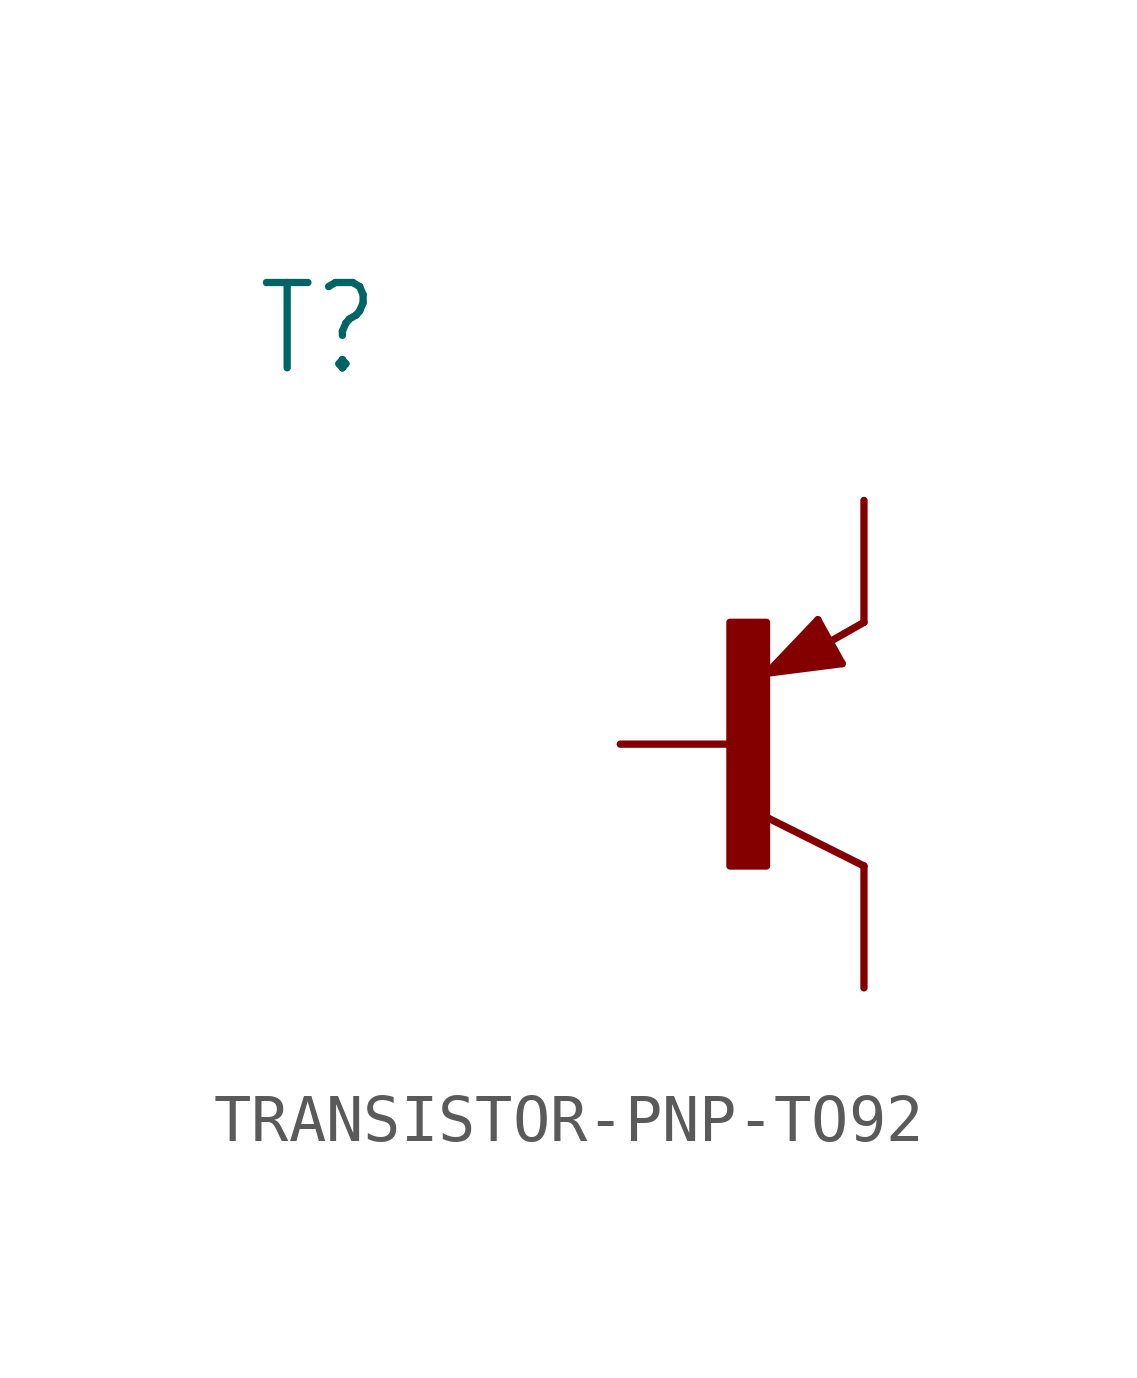
<source format=kicad_sym>
(kicad_symbol_lib
  (version 20231120)
  (generator "kicad_symbol_editor")
  (generator_version "8.0")
  (symbol "TRANSISTOR-PNP-TO92"
    (property "Reference" "T"
      (at -10.16 7.62 0)
      (effects (font (size 1.778 1.511)) (justify left bottom)))
    (property "Value" ""
      (at -10.16 5.08 0)
      (effects (font (size 1.778 1.511)) (justify left bottom)))
    (property "ki_locked" ""
      (at 0 0 0)
      (effects (font (size 1.27 1.27))))
    (symbol "TRANSISTOR-PNP-TO92_1_0"
      (rectangle (start -0.254 -2.54) (end 0.508 2.54) (stroke (width 0) (type default)) (fill (type outline)))
      (polyline (pts (xy 0.516 1.478) (xy 2.086 1.678)) (stroke (width 0.152) (type solid)) (fill (type none)))
      (polyline (pts (xy 0.762 1.651) (xy 1.778 1.778)) (stroke (width 0.254) (type solid)) (fill (type none)))
      (polyline (pts (xy 1.143 1.905) (xy 1.524 1.905)) (stroke (width 0.254) (type solid)) (fill (type none)))
      (polyline (pts (xy 1.524 2.159) (xy 1.143 1.905)) (stroke (width 0.254) (type solid)) (fill (type none)))
      (polyline (pts (xy 1.524 2.413) (xy 0.762 1.651)) (stroke (width 0.254) (type solid)) (fill (type none)))
      (polyline (pts (xy 1.578 2.594) (xy 0.516 1.478)) (stroke (width 0.152) (type solid)) (fill (type none)))
      (polyline (pts (xy 1.778 1.778) (xy 1.524 2.159)) (stroke (width 0.254) (type solid)) (fill (type none)))
      (polyline (pts (xy 1.905 1.778) (xy 1.524 2.413)) (stroke (width 0.254) (type solid)) (fill (type none)))
      (polyline (pts (xy 2.086 1.678) (xy 1.578 2.594)) (stroke (width 0.152) (type solid)) (fill (type none)))
      (polyline (pts (xy 2.54 -2.54) (xy 0.508 -1.524)) (stroke (width 0.152) (type solid)) (fill (type none)))
      (polyline (pts (xy 2.54 2.54) (xy 1.808 2.124)) (stroke (width 0.152) (type solid)) (fill (type none)))
      (pin passive line (at 2.54 5.08 270) (length 2.54) (name "E" (effects (font (size 0 0)))) (number "1" (effects (font (size 0 0)))))
      (pin passive line (at -2.54 0 0) (length 2.54) (name "B" (effects (font (size 0 0)))) (number "2" (effects (font (size 0 0)))))
      (pin passive line (at 2.54 -5.08 90) (length 2.54) (name "C" (effects (font (size 0 0)))) (number "3" (effects (font (size 0 0))))))))
</source>
